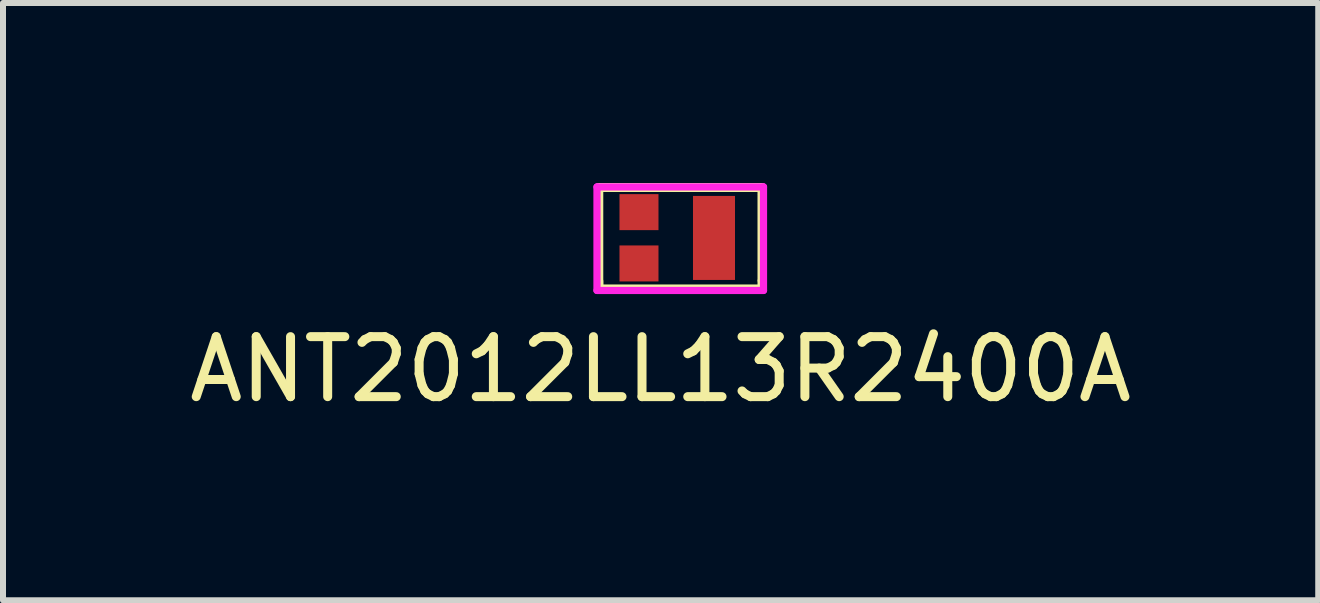
<source format=kicad_pcb>
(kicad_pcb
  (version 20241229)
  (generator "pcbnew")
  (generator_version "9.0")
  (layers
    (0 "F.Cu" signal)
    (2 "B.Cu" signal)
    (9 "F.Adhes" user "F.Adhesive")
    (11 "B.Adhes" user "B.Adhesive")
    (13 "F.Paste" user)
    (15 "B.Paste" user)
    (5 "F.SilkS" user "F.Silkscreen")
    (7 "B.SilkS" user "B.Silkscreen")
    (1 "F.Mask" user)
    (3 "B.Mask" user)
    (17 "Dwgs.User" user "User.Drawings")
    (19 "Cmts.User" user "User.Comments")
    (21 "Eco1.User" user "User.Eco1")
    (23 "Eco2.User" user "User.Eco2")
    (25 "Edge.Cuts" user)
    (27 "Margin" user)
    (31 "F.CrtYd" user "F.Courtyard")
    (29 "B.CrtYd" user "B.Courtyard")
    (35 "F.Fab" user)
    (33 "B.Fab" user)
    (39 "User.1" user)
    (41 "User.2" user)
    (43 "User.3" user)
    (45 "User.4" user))
  (footprint "ANT2012LL13R2400A"
    (layer "F.Cu")
    (at 7.948 1.165)
    (property "Reference" "ANT2012LL13R2400A" (at 0.01 1.94 0) (layer "F.SilkS") (effects (font (size 1 1) (thickness 0.15))))
    (attr through_hole)
    (fp_line (start -1.02 -1.09) (end -1.02 0.55) (stroke (width 0.15) (type solid)) (layer "F.SilkS"))
    (fp_line (start -1.02 0.6) (end -1.02 0.47) (stroke (width 0.15) (type solid)) (layer "F.SilkS"))
    (fp_line (start 1.7 -1.09) (end -1.02 -1.09) (stroke (width 0.15) (type solid)) (layer "F.SilkS"))
    (fp_line (start 1.7 -0.99) (end 1.7 -1.09) (stroke (width 0.15) (type solid)) (layer "F.SilkS"))
    (fp_line (start 1.7 -0.95) (end 1.7 0.45) (stroke (width 0.15) (type solid)) (layer "F.SilkS"))
    (fp_line (start 1.7 0.47) (end 1.7 0.6) (stroke (width 0.15) (type solid)) (layer "F.SilkS"))
    (fp_line (start 1.7 0.6) (end -1.02 0.6) (stroke (width 0.15) (type solid)) (layer "F.SilkS"))
    (fp_line (start -1.05 -1.1) (end 1.725 -1.1) (stroke (width 0.12) (type solid)) (layer "F.CrtYd"))
    (fp_line (start -1.05 0.625) (end -1.05 -1.1) (stroke (width 0.12) (type solid)) (layer "F.CrtYd"))
    (fp_line (start 1.725 -1.1) (end 1.725 0.625) (stroke (width 0.12) (type solid)) (layer "F.CrtYd"))
    (fp_line (start 1.725 0.625) (end -1.05 0.625) (stroke (width 0.12) (type solid)) (layer "F.CrtYd"))
    (pad "1" smd rect (at -0.35 -0.68) (size 0.65 0.6) (layers "F.Cu" "F.Mask" "F.Paste"))
    (pad "2" smd rect (at -0.35 0.175) (size 0.65 0.6) (layers "F.Cu" "F.Mask" "F.Paste"))
    (pad "2" smd rect (at 0.9 -0.25) (size 0.7 1.4) (layers "F.Cu" "F.Mask" "F.Paste")))
  (gr_rect
    (start -3 -3)
    (end 18.917 6.953)
    (stroke (width 0.1) (type default))
    (fill no)
    (layer "Edge.Cuts")))
</source>
